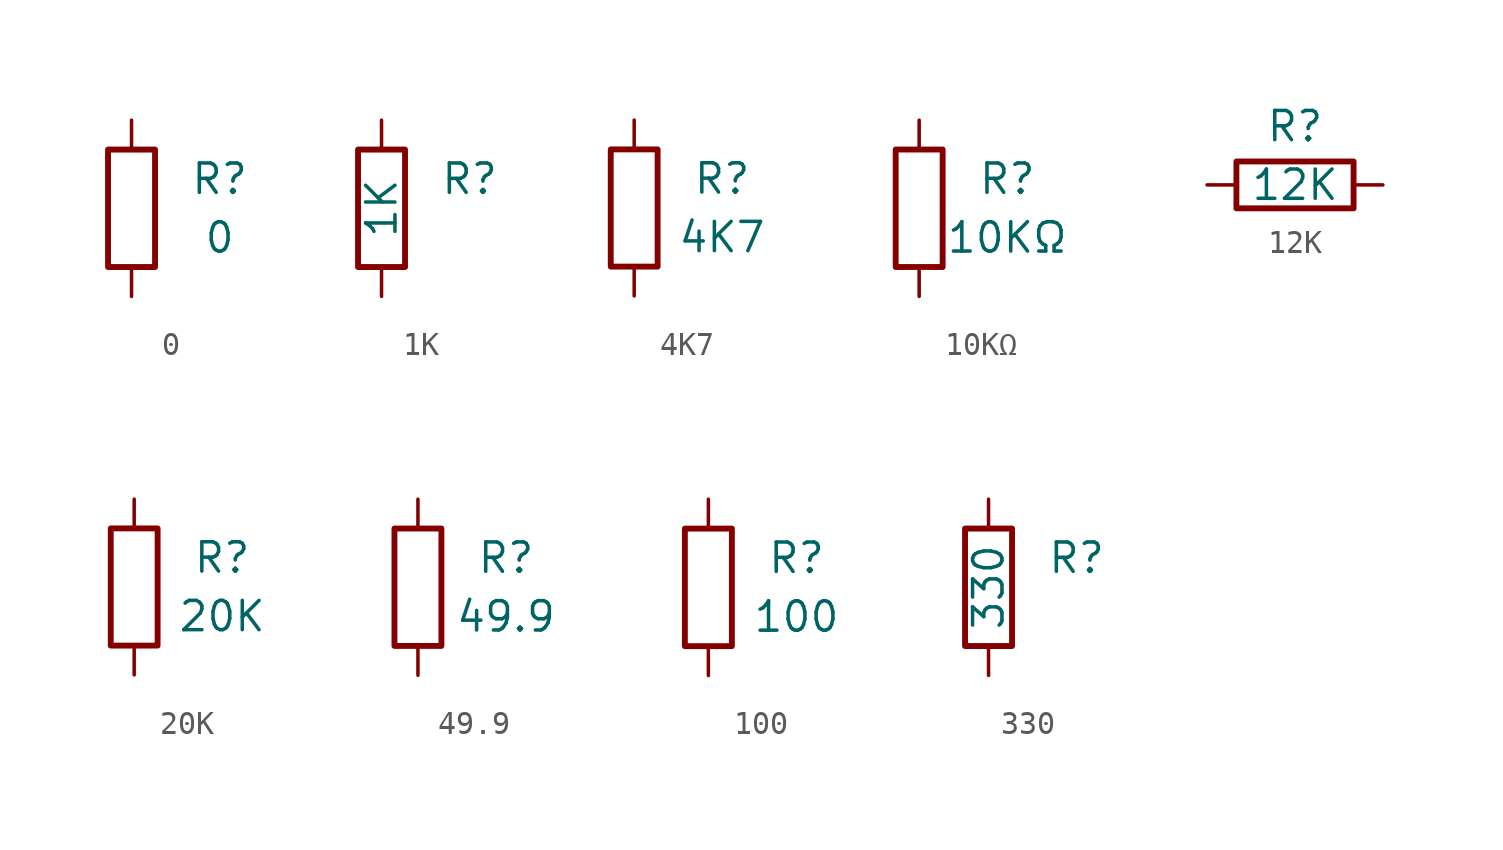
<source format=kicad_sym>
(kicad_symbol_lib
  (version 20241209)
  (generator "kicad_symbol_editor")
  (generator_version "9.0")
  (symbol "0"
    (pin_numbers
      (hide yes))
    (pin_names
      (offset 0))
    (property "Reference" "R"
      (at 3.81 1.27 0)
      (effects (font (size 1.27 1.27))))
    (property "Value" "0"
      (at 3.81 -1.27 0)
      (effects (font (size 1.27 1.27))))
    (symbol "0_0_1"
      (rectangle (start -1.016 -2.54) (end 1.016 2.54) (stroke (width 0.254) (type solid)) (fill (type none))))
    (symbol "0_1_1"
      (pin passive line (at 0 3.81 270) (length 1.27) (name "~" (effects (font (size 1.27 1.27)))) (number "1" (effects (font (size 1.27 1.27)))))
      (pin passive line (at 0 -3.81 90) (length 1.27) (name "~" (effects (font (size 1.27 1.27)))) (number "2" (effects (font (size 1.27 1.27)))))))
  (symbol "1K"
    (pin_numbers
      (hide yes))
    (pin_names
      (offset 0))
    (property "Reference" "R"
      (at 3.81 1.27 0)
      (effects (font (size 1.27 1.27))))
    (property "Value" "1K"
      (at 0 0 90)
      (effects (font (size 1.27 1.27))))
    (symbol "1K_0_1"
      (rectangle (start -1.016 -2.54) (end 1.016 2.54) (stroke (width 0.254) (type solid)) (fill (type none))))
    (symbol "1K_1_1"
      (pin passive line (at 0 3.81 270) (length 1.27) (name "~" (effects (font (size 1.27 1.27)))) (number "1" (effects (font (size 1.27 1.27)))))
      (pin passive line (at 0 -3.81 90) (length 1.27) (name "~" (effects (font (size 1.27 1.27)))) (number "2" (effects (font (size 1.27 1.27)))))))
  (symbol "4K7"
    (pin_numbers
      (hide yes))
    (pin_names
      (offset 0))
    (property "Reference" "R"
      (at 3.81 1.27 0)
      (effects (font (size 1.27 1.27))))
    (property "Value" "4K7"
      (at 3.81 -1.27 0)
      (effects (font (size 1.27 1.27))))
    (symbol "4K7_0_1"
      (rectangle (start -1.016 -2.54) (end 1.016 2.54) (stroke (width 0.254) (type solid)) (fill (type none))))
    (symbol "4K7_1_1"
      (pin passive line (at 0 3.81 270) (length 1.27) (name "~" (effects (font (size 1.27 1.27)))) (number "1" (effects (font (size 1.27 1.27)))))
      (pin passive line (at 0 -3.81 90) (length 1.27) (name "~" (effects (font (size 1.27 1.27)))) (number "2" (effects (font (size 1.27 1.27)))))))
  (symbol "10KΩ"
    (pin_numbers
      (hide yes))
    (pin_names
      (offset 0))
    (property "Reference" "R"
      (at 3.81 1.27 0)
      (effects (font (size 1.27 1.27))))
    (property "Value" "10KΩ"
      (at 3.81 -1.27 0)
      (effects (font (size 1.27 1.27))))
    (symbol "10KΩ_0_1"
      (rectangle (start -1.016 -2.54) (end 1.016 2.54) (stroke (width 0.254) (type solid)) (fill (type none))))
    (symbol "10KΩ_1_1"
      (pin passive line (at 0 3.81 270) (length 1.27) (name "~" (effects (font (size 1.27 1.27)))) (number "1" (effects (font (size 1.27 1.27)))))
      (pin passive line (at 0 -3.81 90) (length 1.27) (name "~" (effects (font (size 1.27 1.27)))) (number "2" (effects (font (size 1.27 1.27)))))))
  (symbol "12K"
    (pin_numbers
      (hide yes))
    (pin_names
      (offset 0))
    (property "Reference" "R"
      (at 0 2.54 0)
      (effects (font (size 1.27 1.27))))
    (property "Value" "12K"
      (at 0 0 0)
      (effects (font (size 1.27 1.27))))
    (symbol "12K_0_1"
      (rectangle (start 2.54 -1.016) (end -2.54 1.016) (stroke (width 0.254) (type solid)) (fill (type none))))
    (symbol "12K_1_1"
      (pin passive line (at -3.81 0 0) (length 1.27) (name "~" (effects (font (size 1.27 1.27)))) (number "1" (effects (font (size 1.27 1.27)))))
      (pin passive line (at 3.81 0 180) (length 1.27) (name "~" (effects (font (size 1.27 1.27)))) (number "2" (effects (font (size 1.27 1.27)))))))
  (symbol "20K"
    (pin_numbers
      (hide yes))
    (pin_names
      (offset 0))
    (property "Reference" "R"
      (at 3.81 1.27 0)
      (effects (font (size 1.27 1.27))))
    (property "Value" "20K"
      (at 3.81 -1.27 0)
      (effects (font (size 1.27 1.27))))
    (symbol "20K_0_1"
      (rectangle (start -1.016 -2.54) (end 1.016 2.54) (stroke (width 0.254) (type solid)) (fill (type none))))
    (symbol "20K_1_1"
      (pin passive line (at 0 3.81 270) (length 1.27) (name "~" (effects (font (size 1.27 1.27)))) (number "1" (effects (font (size 1.27 1.27)))))
      (pin passive line (at 0 -3.81 90) (length 1.27) (name "~" (effects (font (size 1.27 1.27)))) (number "2" (effects (font (size 1.27 1.27)))))))
  (symbol "49.9"
    (pin_numbers
      (hide yes))
    (pin_names
      (offset 0))
    (property "Reference" "R"
      (at 3.81 1.27 0)
      (effects (font (size 1.27 1.27))))
    (property "Value" "49.9"
      (at 3.81 -1.27 0)
      (effects (font (size 1.27 1.27))))
    (symbol "49.9_0_1"
      (rectangle (start -1.016 -2.54) (end 1.016 2.54) (stroke (width 0.254) (type solid)) (fill (type none))))
    (symbol "49.9_1_1"
      (pin passive line (at 0 3.81 270) (length 1.27) (name "~" (effects (font (size 1.27 1.27)))) (number "1" (effects (font (size 1.27 1.27)))))
      (pin passive line (at 0 -3.81 90) (length 1.27) (name "~" (effects (font (size 1.27 1.27)))) (number "2" (effects (font (size 1.27 1.27)))))))
  (symbol "100"
    (pin_numbers
      (hide yes))
    (pin_names
      (offset 0))
    (property "Reference" "R"
      (at 3.81 1.27 0)
      (effects (font (size 1.27 1.27))))
    (property "Value" "100"
      (at 3.81 -1.27 0)
      (effects (font (size 1.27 1.27))))
    (symbol "100_0_1"
      (rectangle (start -1.016 -2.54) (end 1.016 2.54) (stroke (width 0.254) (type solid)) (fill (type none))))
    (symbol "100_1_1"
      (pin passive line (at 0 3.81 270) (length 1.27) (name "~" (effects (font (size 1.27 1.27)))) (number "1" (effects (font (size 1.27 1.27)))))
      (pin passive line (at 0 -3.81 90) (length 1.27) (name "~" (effects (font (size 1.27 1.27)))) (number "2" (effects (font (size 1.27 1.27)))))))
  (symbol "330"
    (pin_numbers
      (hide yes))
    (pin_names
      (offset 0))
    (property "Reference" "R"
      (at 3.81 1.27 0)
      (effects (font (size 1.27 1.27))))
    (property "Value" "330"
      (at 0 0 90)
      (effects (font (size 1.27 1.27))))
    (symbol "330_0_1"
      (rectangle (start -1.016 -2.54) (end 1.016 2.54) (stroke (width 0.254) (type solid)) (fill (type none))))
    (symbol "330_1_1"
      (pin passive line (at 0 3.81 270) (length 1.27) (name "~" (effects (font (size 1.27 1.27)))) (number "1" (effects (font (size 1.27 1.27)))))
      (pin passive line (at 0 -3.81 90) (length 1.27) (name "~" (effects (font (size 1.27 1.27)))) (number "2" (effects (font (size 1.27 1.27))))))))
</source>
